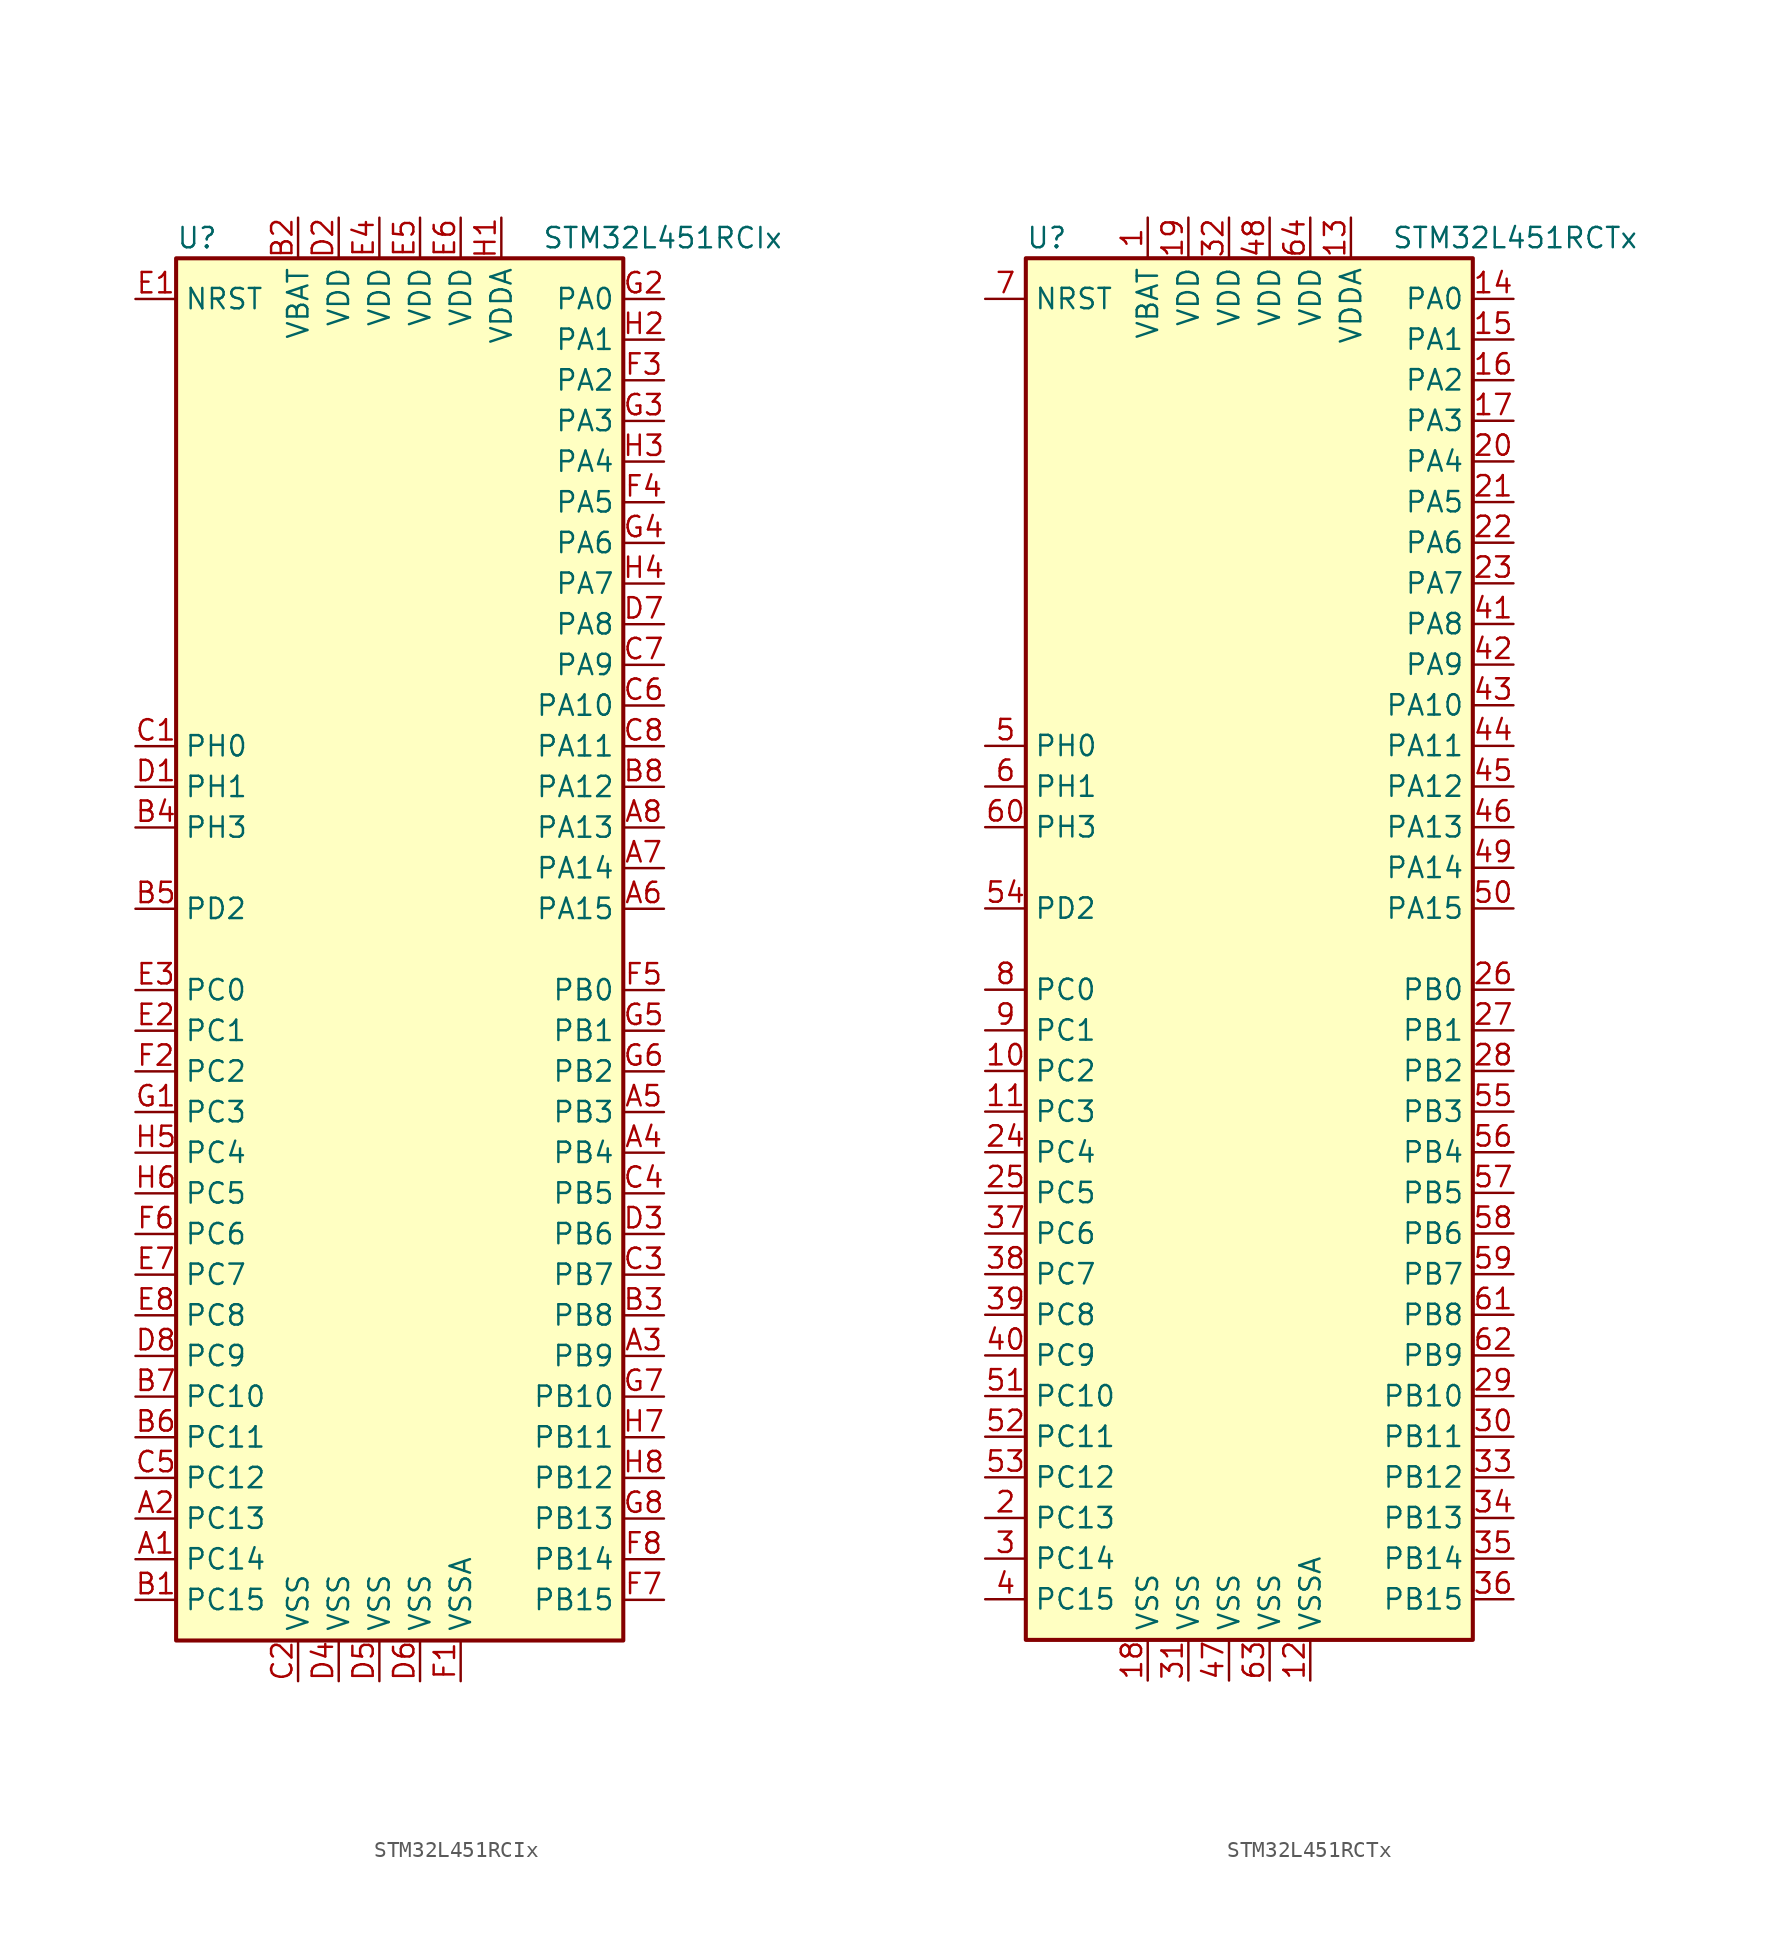
<source format=kicad_sym>
(kicad_symbol_lib
  (version 20201005)
  (generator kicad_symbol_editor)
  (symbol "MCU_ST_STM32L4:STM32L451RCIx"
    (property "Reference" "U"
      (at -15.24 44.45 0)
      (effects (font (size 1.27 1.27)) (justify left)))
    (property "Value" "STM32L451RCIx"
      (at 7.62 44.45 0)
      (effects (font (size 1.27 1.27)) (justify left)))
    (symbol "STM32L451RCIx_0_1"
      (rectangle (start -15.24 -43.18) (end 12.7 43.18) (stroke (width 0.254)) (fill (type background))))
    (symbol "STM32L451RCIx_1_1"
      (pin bidirectional line (at -17.78 -38.1 0) (length 2.54) (name "PC14" (effects (font (size 1.27 1.27)))) (number "A1" (effects (font (size 1.27 1.27)))))
      (pin bidirectional line (at -17.78 -35.56 0) (length 2.54) (name "PC13" (effects (font (size 1.27 1.27)))) (number "A2" (effects (font (size 1.27 1.27)))))
      (pin bidirectional line (at 15.24 -25.4 180) (length 2.54) (name "PB9" (effects (font (size 1.27 1.27)))) (number "A3" (effects (font (size 1.27 1.27)))))
      (pin bidirectional line (at 15.24 -12.7 180) (length 2.54) (name "PB4" (effects (font (size 1.27 1.27)))) (number "A4" (effects (font (size 1.27 1.27)))))
      (pin bidirectional line (at 15.24 -10.16 180) (length 2.54) (name "PB3" (effects (font (size 1.27 1.27)))) (number "A5" (effects (font (size 1.27 1.27)))))
      (pin bidirectional line (at 15.24 2.54 180) (length 2.54) (name "PA15" (effects (font (size 1.27 1.27)))) (number "A6" (effects (font (size 1.27 1.27)))))
      (pin bidirectional line (at 15.24 5.08 180) (length 2.54) (name "PA14" (effects (font (size 1.27 1.27)))) (number "A7" (effects (font (size 1.27 1.27)))))
      (pin bidirectional line (at 15.24 7.62 180) (length 2.54) (name "PA13" (effects (font (size 1.27 1.27)))) (number "A8" (effects (font (size 1.27 1.27)))))
      (pin bidirectional line (at -17.78 -40.64 0) (length 2.54) (name "PC15" (effects (font (size 1.27 1.27)))) (number "B1" (effects (font (size 1.27 1.27)))))
      (pin power_in line (at -7.62 45.72 270) (length 2.54) (name "VBAT" (effects (font (size 1.27 1.27)))) (number "B2" (effects (font (size 1.27 1.27)))))
      (pin bidirectional line (at 15.24 -22.86 180) (length 2.54) (name "PB8" (effects (font (size 1.27 1.27)))) (number "B3" (effects (font (size 1.27 1.27)))))
      (pin bidirectional line (at -17.78 7.62 0) (length 2.54) (name "PH3" (effects (font (size 1.27 1.27)))) (number "B4" (effects (font (size 1.27 1.27)))))
      (pin bidirectional line (at -17.78 2.54 0) (length 2.54) (name "PD2" (effects (font (size 1.27 1.27)))) (number "B5" (effects (font (size 1.27 1.27)))))
      (pin bidirectional line (at -17.78 -30.48 0) (length 2.54) (name "PC11" (effects (font (size 1.27 1.27)))) (number "B6" (effects (font (size 1.27 1.27)))))
      (pin bidirectional line (at -17.78 -27.94 0) (length 2.54) (name "PC10" (effects (font (size 1.27 1.27)))) (number "B7" (effects (font (size 1.27 1.27)))))
      (pin bidirectional line (at 15.24 10.16 180) (length 2.54) (name "PA12" (effects (font (size 1.27 1.27)))) (number "B8" (effects (font (size 1.27 1.27)))))
      (pin input line (at -17.78 12.7 0) (length 2.54) (name "PH0" (effects (font (size 1.27 1.27)))) (number "C1" (effects (font (size 1.27 1.27)))))
      (pin power_in line (at -7.62 -45.72 90) (length 2.54) (name "VSS" (effects (font (size 1.27 1.27)))) (number "C2" (effects (font (size 1.27 1.27)))))
      (pin bidirectional line (at 15.24 -20.32 180) (length 2.54) (name "PB7" (effects (font (size 1.27 1.27)))) (number "C3" (effects (font (size 1.27 1.27)))))
      (pin bidirectional line (at 15.24 -15.24 180) (length 2.54) (name "PB5" (effects (font (size 1.27 1.27)))) (number "C4" (effects (font (size 1.27 1.27)))))
      (pin bidirectional line (at -17.78 -33.02 0) (length 2.54) (name "PC12" (effects (font (size 1.27 1.27)))) (number "C5" (effects (font (size 1.27 1.27)))))
      (pin bidirectional line (at 15.24 15.24 180) (length 2.54) (name "PA10" (effects (font (size 1.27 1.27)))) (number "C6" (effects (font (size 1.27 1.27)))))
      (pin bidirectional line (at 15.24 17.78 180) (length 2.54) (name "PA9" (effects (font (size 1.27 1.27)))) (number "C7" (effects (font (size 1.27 1.27)))))
      (pin bidirectional line (at 15.24 12.7 180) (length 2.54) (name "PA11" (effects (font (size 1.27 1.27)))) (number "C8" (effects (font (size 1.27 1.27)))))
      (pin input line (at -17.78 10.16 0) (length 2.54) (name "PH1" (effects (font (size 1.27 1.27)))) (number "D1" (effects (font (size 1.27 1.27)))))
      (pin power_in line (at -5.08 45.72 270) (length 2.54) (name "VDD" (effects (font (size 1.27 1.27)))) (number "D2" (effects (font (size 1.27 1.27)))))
      (pin bidirectional line (at 15.24 -17.78 180) (length 2.54) (name "PB6" (effects (font (size 1.27 1.27)))) (number "D3" (effects (font (size 1.27 1.27)))))
      (pin power_in line (at -5.08 -45.72 90) (length 2.54) (name "VSS" (effects (font (size 1.27 1.27)))) (number "D4" (effects (font (size 1.27 1.27)))))
      (pin power_in line (at -2.54 -45.72 90) (length 2.54) (name "VSS" (effects (font (size 1.27 1.27)))) (number "D5" (effects (font (size 1.27 1.27)))))
      (pin power_in line (at 0 -45.72 90) (length 2.54) (name "VSS" (effects (font (size 1.27 1.27)))) (number "D6" (effects (font (size 1.27 1.27)))))
      (pin bidirectional line (at 15.24 20.32 180) (length 2.54) (name "PA8" (effects (font (size 1.27 1.27)))) (number "D7" (effects (font (size 1.27 1.27)))))
      (pin bidirectional line (at -17.78 -25.4 0) (length 2.54) (name "PC9" (effects (font (size 1.27 1.27)))) (number "D8" (effects (font (size 1.27 1.27)))))
      (pin input line (at -17.78 40.64 0) (length 2.54) (name "NRST" (effects (font (size 1.27 1.27)))) (number "E1" (effects (font (size 1.27 1.27)))))
      (pin bidirectional line (at -17.78 -5.08 0) (length 2.54) (name "PC1" (effects (font (size 1.27 1.27)))) (number "E2" (effects (font (size 1.27 1.27)))))
      (pin bidirectional line (at -17.78 -2.54 0) (length 2.54) (name "PC0" (effects (font (size 1.27 1.27)))) (number "E3" (effects (font (size 1.27 1.27)))))
      (pin power_in line (at -2.54 45.72 270) (length 2.54) (name "VDD" (effects (font (size 1.27 1.27)))) (number "E4" (effects (font (size 1.27 1.27)))))
      (pin power_in line (at 0 45.72 270) (length 2.54) (name "VDD" (effects (font (size 1.27 1.27)))) (number "E5" (effects (font (size 1.27 1.27)))))
      (pin power_in line (at 2.54 45.72 270) (length 2.54) (name "VDD" (effects (font (size 1.27 1.27)))) (number "E6" (effects (font (size 1.27 1.27)))))
      (pin bidirectional line (at -17.78 -20.32 0) (length 2.54) (name "PC7" (effects (font (size 1.27 1.27)))) (number "E7" (effects (font (size 1.27 1.27)))))
      (pin bidirectional line (at -17.78 -22.86 0) (length 2.54) (name "PC8" (effects (font (size 1.27 1.27)))) (number "E8" (effects (font (size 1.27 1.27)))))
      (pin power_in line (at 2.54 -45.72 90) (length 2.54) (name "VSSA" (effects (font (size 1.27 1.27)))) (number "F1" (effects (font (size 1.27 1.27)))))
      (pin bidirectional line (at -17.78 -7.62 0) (length 2.54) (name "PC2" (effects (font (size 1.27 1.27)))) (number "F2" (effects (font (size 1.27 1.27)))))
      (pin bidirectional line (at 15.24 35.56 180) (length 2.54) (name "PA2" (effects (font (size 1.27 1.27)))) (number "F3" (effects (font (size 1.27 1.27)))))
      (pin bidirectional line (at 15.24 27.94 180) (length 2.54) (name "PA5" (effects (font (size 1.27 1.27)))) (number "F4" (effects (font (size 1.27 1.27)))))
      (pin bidirectional line (at 15.24 -2.54 180) (length 2.54) (name "PB0" (effects (font (size 1.27 1.27)))) (number "F5" (effects (font (size 1.27 1.27)))))
      (pin bidirectional line (at -17.78 -17.78 0) (length 2.54) (name "PC6" (effects (font (size 1.27 1.27)))) (number "F6" (effects (font (size 1.27 1.27)))))
      (pin bidirectional line (at 15.24 -40.64 180) (length 2.54) (name "PB15" (effects (font (size 1.27 1.27)))) (number "F7" (effects (font (size 1.27 1.27)))))
      (pin bidirectional line (at 15.24 -38.1 180) (length 2.54) (name "PB14" (effects (font (size 1.27 1.27)))) (number "F8" (effects (font (size 1.27 1.27)))))
      (pin bidirectional line (at -17.78 -10.16 0) (length 2.54) (name "PC3" (effects (font (size 1.27 1.27)))) (number "G1" (effects (font (size 1.27 1.27)))))
      (pin bidirectional line (at 15.24 40.64 180) (length 2.54) (name "PA0" (effects (font (size 1.27 1.27)))) (number "G2" (effects (font (size 1.27 1.27)))))
      (pin bidirectional line (at 15.24 33.02 180) (length 2.54) (name "PA3" (effects (font (size 1.27 1.27)))) (number "G3" (effects (font (size 1.27 1.27)))))
      (pin bidirectional line (at 15.24 25.4 180) (length 2.54) (name "PA6" (effects (font (size 1.27 1.27)))) (number "G4" (effects (font (size 1.27 1.27)))))
      (pin bidirectional line (at 15.24 -5.08 180) (length 2.54) (name "PB1" (effects (font (size 1.27 1.27)))) (number "G5" (effects (font (size 1.27 1.27)))))
      (pin bidirectional line (at 15.24 -7.62 180) (length 2.54) (name "PB2" (effects (font (size 1.27 1.27)))) (number "G6" (effects (font (size 1.27 1.27)))))
      (pin bidirectional line (at 15.24 -27.94 180) (length 2.54) (name "PB10" (effects (font (size 1.27 1.27)))) (number "G7" (effects (font (size 1.27 1.27)))))
      (pin bidirectional line (at 15.24 -35.56 180) (length 2.54) (name "PB13" (effects (font (size 1.27 1.27)))) (number "G8" (effects (font (size 1.27 1.27)))))
      (pin power_in line (at 5.08 45.72 270) (length 2.54) (name "VDDA" (effects (font (size 1.27 1.27)))) (number "H1" (effects (font (size 1.27 1.27)))))
      (pin bidirectional line (at 15.24 38.1 180) (length 2.54) (name "PA1" (effects (font (size 1.27 1.27)))) (number "H2" (effects (font (size 1.27 1.27)))))
      (pin bidirectional line (at 15.24 30.48 180) (length 2.54) (name "PA4" (effects (font (size 1.27 1.27)))) (number "H3" (effects (font (size 1.27 1.27)))))
      (pin bidirectional line (at 15.24 22.86 180) (length 2.54) (name "PA7" (effects (font (size 1.27 1.27)))) (number "H4" (effects (font (size 1.27 1.27)))))
      (pin bidirectional line (at -17.78 -12.7 0) (length 2.54) (name "PC4" (effects (font (size 1.27 1.27)))) (number "H5" (effects (font (size 1.27 1.27)))))
      (pin bidirectional line (at -17.78 -15.24 0) (length 2.54) (name "PC5" (effects (font (size 1.27 1.27)))) (number "H6" (effects (font (size 1.27 1.27)))))
      (pin bidirectional line (at 15.24 -30.48 180) (length 2.54) (name "PB11" (effects (font (size 1.27 1.27)))) (number "H7" (effects (font (size 1.27 1.27)))))
      (pin bidirectional line (at 15.24 -33.02 180) (length 2.54) (name "PB12" (effects (font (size 1.27 1.27)))) (number "H8" (effects (font (size 1.27 1.27)))))))
  (symbol "MCU_ST_STM32L4:STM32L451RCTx"
    (property "Reference" "U"
      (at -15.24 44.45 0)
      (effects (font (size 1.27 1.27)) (justify left)))
    (property "Value" "STM32L451RCTx"
      (at 7.62 44.45 0)
      (effects (font (size 1.27 1.27)) (justify left)))
    (symbol "STM32L451RCTx_0_1"
      (rectangle (start -15.24 -43.18) (end 12.7 43.18) (stroke (width 0.254)) (fill (type background))))
    (symbol "STM32L451RCTx_1_1"
      (pin power_in line (at -7.62 45.72 270) (length 2.54) (name "VBAT" (effects (font (size 1.27 1.27)))) (number "1" (effects (font (size 1.27 1.27)))))
      (pin bidirectional line (at -17.78 -7.62 0) (length 2.54) (name "PC2" (effects (font (size 1.27 1.27)))) (number "10" (effects (font (size 1.27 1.27)))))
      (pin bidirectional line (at -17.78 -10.16 0) (length 2.54) (name "PC3" (effects (font (size 1.27 1.27)))) (number "11" (effects (font (size 1.27 1.27)))))
      (pin power_in line (at 2.54 -45.72 90) (length 2.54) (name "VSSA" (effects (font (size 1.27 1.27)))) (number "12" (effects (font (size 1.27 1.27)))))
      (pin power_in line (at 5.08 45.72 270) (length 2.54) (name "VDDA" (effects (font (size 1.27 1.27)))) (number "13" (effects (font (size 1.27 1.27)))))
      (pin bidirectional line (at 15.24 40.64 180) (length 2.54) (name "PA0" (effects (font (size 1.27 1.27)))) (number "14" (effects (font (size 1.27 1.27)))))
      (pin bidirectional line (at 15.24 38.1 180) (length 2.54) (name "PA1" (effects (font (size 1.27 1.27)))) (number "15" (effects (font (size 1.27 1.27)))))
      (pin bidirectional line (at 15.24 35.56 180) (length 2.54) (name "PA2" (effects (font (size 1.27 1.27)))) (number "16" (effects (font (size 1.27 1.27)))))
      (pin bidirectional line (at 15.24 33.02 180) (length 2.54) (name "PA3" (effects (font (size 1.27 1.27)))) (number "17" (effects (font (size 1.27 1.27)))))
      (pin power_in line (at -7.62 -45.72 90) (length 2.54) (name "VSS" (effects (font (size 1.27 1.27)))) (number "18" (effects (font (size 1.27 1.27)))))
      (pin power_in line (at -5.08 45.72 270) (length 2.54) (name "VDD" (effects (font (size 1.27 1.27)))) (number "19" (effects (font (size 1.27 1.27)))))
      (pin bidirectional line (at -17.78 -35.56 0) (length 2.54) (name "PC13" (effects (font (size 1.27 1.27)))) (number "2" (effects (font (size 1.27 1.27)))))
      (pin bidirectional line (at 15.24 30.48 180) (length 2.54) (name "PA4" (effects (font (size 1.27 1.27)))) (number "20" (effects (font (size 1.27 1.27)))))
      (pin bidirectional line (at 15.24 27.94 180) (length 2.54) (name "PA5" (effects (font (size 1.27 1.27)))) (number "21" (effects (font (size 1.27 1.27)))))
      (pin bidirectional line (at 15.24 25.4 180) (length 2.54) (name "PA6" (effects (font (size 1.27 1.27)))) (number "22" (effects (font (size 1.27 1.27)))))
      (pin bidirectional line (at 15.24 22.86 180) (length 2.54) (name "PA7" (effects (font (size 1.27 1.27)))) (number "23" (effects (font (size 1.27 1.27)))))
      (pin bidirectional line (at -17.78 -12.7 0) (length 2.54) (name "PC4" (effects (font (size 1.27 1.27)))) (number "24" (effects (font (size 1.27 1.27)))))
      (pin bidirectional line (at -17.78 -15.24 0) (length 2.54) (name "PC5" (effects (font (size 1.27 1.27)))) (number "25" (effects (font (size 1.27 1.27)))))
      (pin bidirectional line (at 15.24 -2.54 180) (length 2.54) (name "PB0" (effects (font (size 1.27 1.27)))) (number "26" (effects (font (size 1.27 1.27)))))
      (pin bidirectional line (at 15.24 -5.08 180) (length 2.54) (name "PB1" (effects (font (size 1.27 1.27)))) (number "27" (effects (font (size 1.27 1.27)))))
      (pin bidirectional line (at 15.24 -7.62 180) (length 2.54) (name "PB2" (effects (font (size 1.27 1.27)))) (number "28" (effects (font (size 1.27 1.27)))))
      (pin bidirectional line (at 15.24 -27.94 180) (length 2.54) (name "PB10" (effects (font (size 1.27 1.27)))) (number "29" (effects (font (size 1.27 1.27)))))
      (pin bidirectional line (at -17.78 -38.1 0) (length 2.54) (name "PC14" (effects (font (size 1.27 1.27)))) (number "3" (effects (font (size 1.27 1.27)))))
      (pin bidirectional line (at 15.24 -30.48 180) (length 2.54) (name "PB11" (effects (font (size 1.27 1.27)))) (number "30" (effects (font (size 1.27 1.27)))))
      (pin power_in line (at -5.08 -45.72 90) (length 2.54) (name "VSS" (effects (font (size 1.27 1.27)))) (number "31" (effects (font (size 1.27 1.27)))))
      (pin power_in line (at -2.54 45.72 270) (length 2.54) (name "VDD" (effects (font (size 1.27 1.27)))) (number "32" (effects (font (size 1.27 1.27)))))
      (pin bidirectional line (at 15.24 -33.02 180) (length 2.54) (name "PB12" (effects (font (size 1.27 1.27)))) (number "33" (effects (font (size 1.27 1.27)))))
      (pin bidirectional line (at 15.24 -35.56 180) (length 2.54) (name "PB13" (effects (font (size 1.27 1.27)))) (number "34" (effects (font (size 1.27 1.27)))))
      (pin bidirectional line (at 15.24 -38.1 180) (length 2.54) (name "PB14" (effects (font (size 1.27 1.27)))) (number "35" (effects (font (size 1.27 1.27)))))
      (pin bidirectional line (at 15.24 -40.64 180) (length 2.54) (name "PB15" (effects (font (size 1.27 1.27)))) (number "36" (effects (font (size 1.27 1.27)))))
      (pin bidirectional line (at -17.78 -17.78 0) (length 2.54) (name "PC6" (effects (font (size 1.27 1.27)))) (number "37" (effects (font (size 1.27 1.27)))))
      (pin bidirectional line (at -17.78 -20.32 0) (length 2.54) (name "PC7" (effects (font (size 1.27 1.27)))) (number "38" (effects (font (size 1.27 1.27)))))
      (pin bidirectional line (at -17.78 -22.86 0) (length 2.54) (name "PC8" (effects (font (size 1.27 1.27)))) (number "39" (effects (font (size 1.27 1.27)))))
      (pin bidirectional line (at -17.78 -40.64 0) (length 2.54) (name "PC15" (effects (font (size 1.27 1.27)))) (number "4" (effects (font (size 1.27 1.27)))))
      (pin bidirectional line (at -17.78 -25.4 0) (length 2.54) (name "PC9" (effects (font (size 1.27 1.27)))) (number "40" (effects (font (size 1.27 1.27)))))
      (pin bidirectional line (at 15.24 20.32 180) (length 2.54) (name "PA8" (effects (font (size 1.27 1.27)))) (number "41" (effects (font (size 1.27 1.27)))))
      (pin bidirectional line (at 15.24 17.78 180) (length 2.54) (name "PA9" (effects (font (size 1.27 1.27)))) (number "42" (effects (font (size 1.27 1.27)))))
      (pin bidirectional line (at 15.24 15.24 180) (length 2.54) (name "PA10" (effects (font (size 1.27 1.27)))) (number "43" (effects (font (size 1.27 1.27)))))
      (pin bidirectional line (at 15.24 12.7 180) (length 2.54) (name "PA11" (effects (font (size 1.27 1.27)))) (number "44" (effects (font (size 1.27 1.27)))))
      (pin bidirectional line (at 15.24 10.16 180) (length 2.54) (name "PA12" (effects (font (size 1.27 1.27)))) (number "45" (effects (font (size 1.27 1.27)))))
      (pin bidirectional line (at 15.24 7.62 180) (length 2.54) (name "PA13" (effects (font (size 1.27 1.27)))) (number "46" (effects (font (size 1.27 1.27)))))
      (pin power_in line (at -2.54 -45.72 90) (length 2.54) (name "VSS" (effects (font (size 1.27 1.27)))) (number "47" (effects (font (size 1.27 1.27)))))
      (pin power_in line (at 0 45.72 270) (length 2.54) (name "VDD" (effects (font (size 1.27 1.27)))) (number "48" (effects (font (size 1.27 1.27)))))
      (pin bidirectional line (at 15.24 5.08 180) (length 2.54) (name "PA14" (effects (font (size 1.27 1.27)))) (number "49" (effects (font (size 1.27 1.27)))))
      (pin input line (at -17.78 12.7 0) (length 2.54) (name "PH0" (effects (font (size 1.27 1.27)))) (number "5" (effects (font (size 1.27 1.27)))))
      (pin bidirectional line (at 15.24 2.54 180) (length 2.54) (name "PA15" (effects (font (size 1.27 1.27)))) (number "50" (effects (font (size 1.27 1.27)))))
      (pin bidirectional line (at -17.78 -27.94 0) (length 2.54) (name "PC10" (effects (font (size 1.27 1.27)))) (number "51" (effects (font (size 1.27 1.27)))))
      (pin bidirectional line (at -17.78 -30.48 0) (length 2.54) (name "PC11" (effects (font (size 1.27 1.27)))) (number "52" (effects (font (size 1.27 1.27)))))
      (pin bidirectional line (at -17.78 -33.02 0) (length 2.54) (name "PC12" (effects (font (size 1.27 1.27)))) (number "53" (effects (font (size 1.27 1.27)))))
      (pin bidirectional line (at -17.78 2.54 0) (length 2.54) (name "PD2" (effects (font (size 1.27 1.27)))) (number "54" (effects (font (size 1.27 1.27)))))
      (pin bidirectional line (at 15.24 -10.16 180) (length 2.54) (name "PB3" (effects (font (size 1.27 1.27)))) (number "55" (effects (font (size 1.27 1.27)))))
      (pin bidirectional line (at 15.24 -12.7 180) (length 2.54) (name "PB4" (effects (font (size 1.27 1.27)))) (number "56" (effects (font (size 1.27 1.27)))))
      (pin bidirectional line (at 15.24 -15.24 180) (length 2.54) (name "PB5" (effects (font (size 1.27 1.27)))) (number "57" (effects (font (size 1.27 1.27)))))
      (pin bidirectional line (at 15.24 -17.78 180) (length 2.54) (name "PB6" (effects (font (size 1.27 1.27)))) (number "58" (effects (font (size 1.27 1.27)))))
      (pin bidirectional line (at 15.24 -20.32 180) (length 2.54) (name "PB7" (effects (font (size 1.27 1.27)))) (number "59" (effects (font (size 1.27 1.27)))))
      (pin input line (at -17.78 10.16 0) (length 2.54) (name "PH1" (effects (font (size 1.27 1.27)))) (number "6" (effects (font (size 1.27 1.27)))))
      (pin bidirectional line (at -17.78 7.62 0) (length 2.54) (name "PH3" (effects (font (size 1.27 1.27)))) (number "60" (effects (font (size 1.27 1.27)))))
      (pin bidirectional line (at 15.24 -22.86 180) (length 2.54) (name "PB8" (effects (font (size 1.27 1.27)))) (number "61" (effects (font (size 1.27 1.27)))))
      (pin bidirectional line (at 15.24 -25.4 180) (length 2.54) (name "PB9" (effects (font (size 1.27 1.27)))) (number "62" (effects (font (size 1.27 1.27)))))
      (pin power_in line (at 0 -45.72 90) (length 2.54) (name "VSS" (effects (font (size 1.27 1.27)))) (number "63" (effects (font (size 1.27 1.27)))))
      (pin power_in line (at 2.54 45.72 270) (length 2.54) (name "VDD" (effects (font (size 1.27 1.27)))) (number "64" (effects (font (size 1.27 1.27)))))
      (pin input line (at -17.78 40.64 0) (length 2.54) (name "NRST" (effects (font (size 1.27 1.27)))) (number "7" (effects (font (size 1.27 1.27)))))
      (pin bidirectional line (at -17.78 -2.54 0) (length 2.54) (name "PC0" (effects (font (size 1.27 1.27)))) (number "8" (effects (font (size 1.27 1.27)))))
      (pin bidirectional line (at -17.78 -5.08 0) (length 2.54) (name "PC1" (effects (font (size 1.27 1.27)))) (number "9" (effects (font (size 1.27 1.27))))))))
</source>
